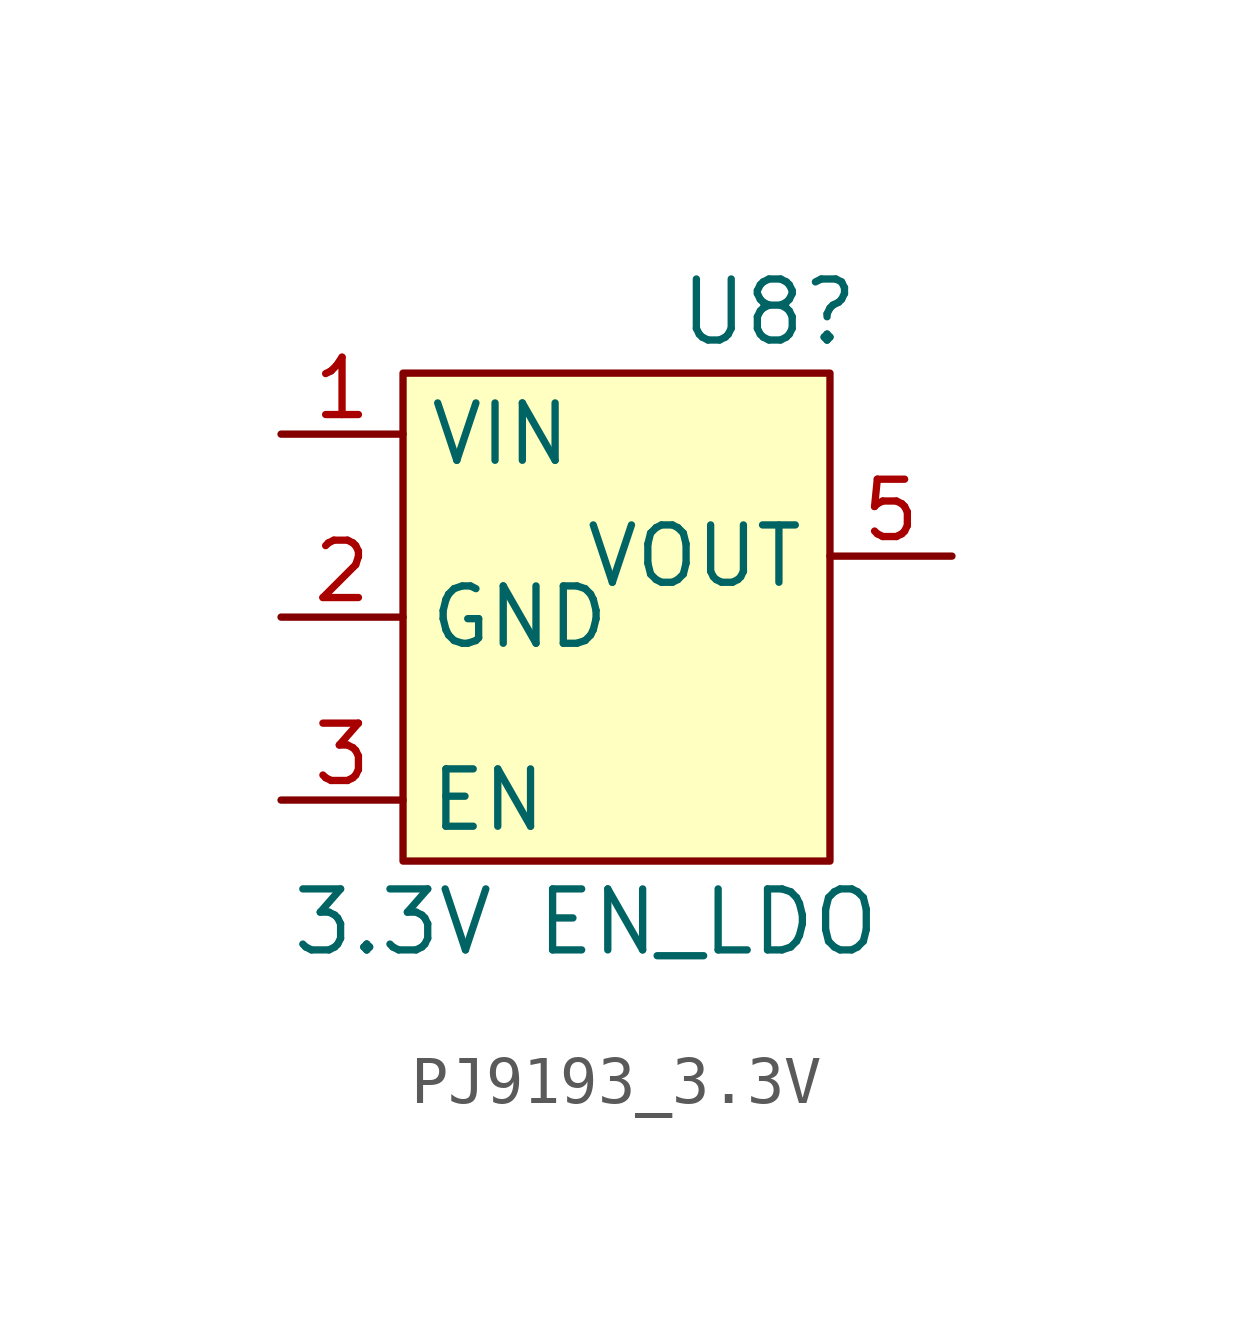
<source format=kicad_sym>
(kicad_symbol_lib
  (version 20220914)
  (generator kicad_symbol_editor)
  (symbol "PJ9193_3.3V"
    (property "Reference" "U8"
      (at 3.81 6.35 0)
      (effects (font (size 1.27 1.27))))
    (property "Value" "3.3V EN_LDO"
      (at 0 -6.35 0)
      (effects (font (size 1.27 1.27))))
    (symbol "PJ9193_3.3V_1_1"
      (rectangle (start -3.81 5.08) (end 5.08 -5.08) (stroke (width 0) (type default)) (fill (type background)))
      (pin input line (at -6.35 3.81 0) (length 2.54) (name "VIN" (effects (font (size 1.194 1.194)))) (number "1" (effects (font (size 1.194 1.194)))))
      (pin input line (at -6.35 0 0) (length 2.54) (name "GND" (effects (font (size 1.194 1.194)))) (number "2" (effects (font (size 1.194 1.194)))))
      (pin input line (at -6.35 -3.81 0) (length 2.54) (name "EN" (effects (font (size 1.194 1.194)))) (number "3" (effects (font (size 1.194 1.194)))))
      (pin input line (at 7.62 1.27 180) (length 2.54) (name "VOUT" (effects (font (size 1.194 1.194)))) (number "5" (effects (font (size 1.194 1.194))))))))
</source>
